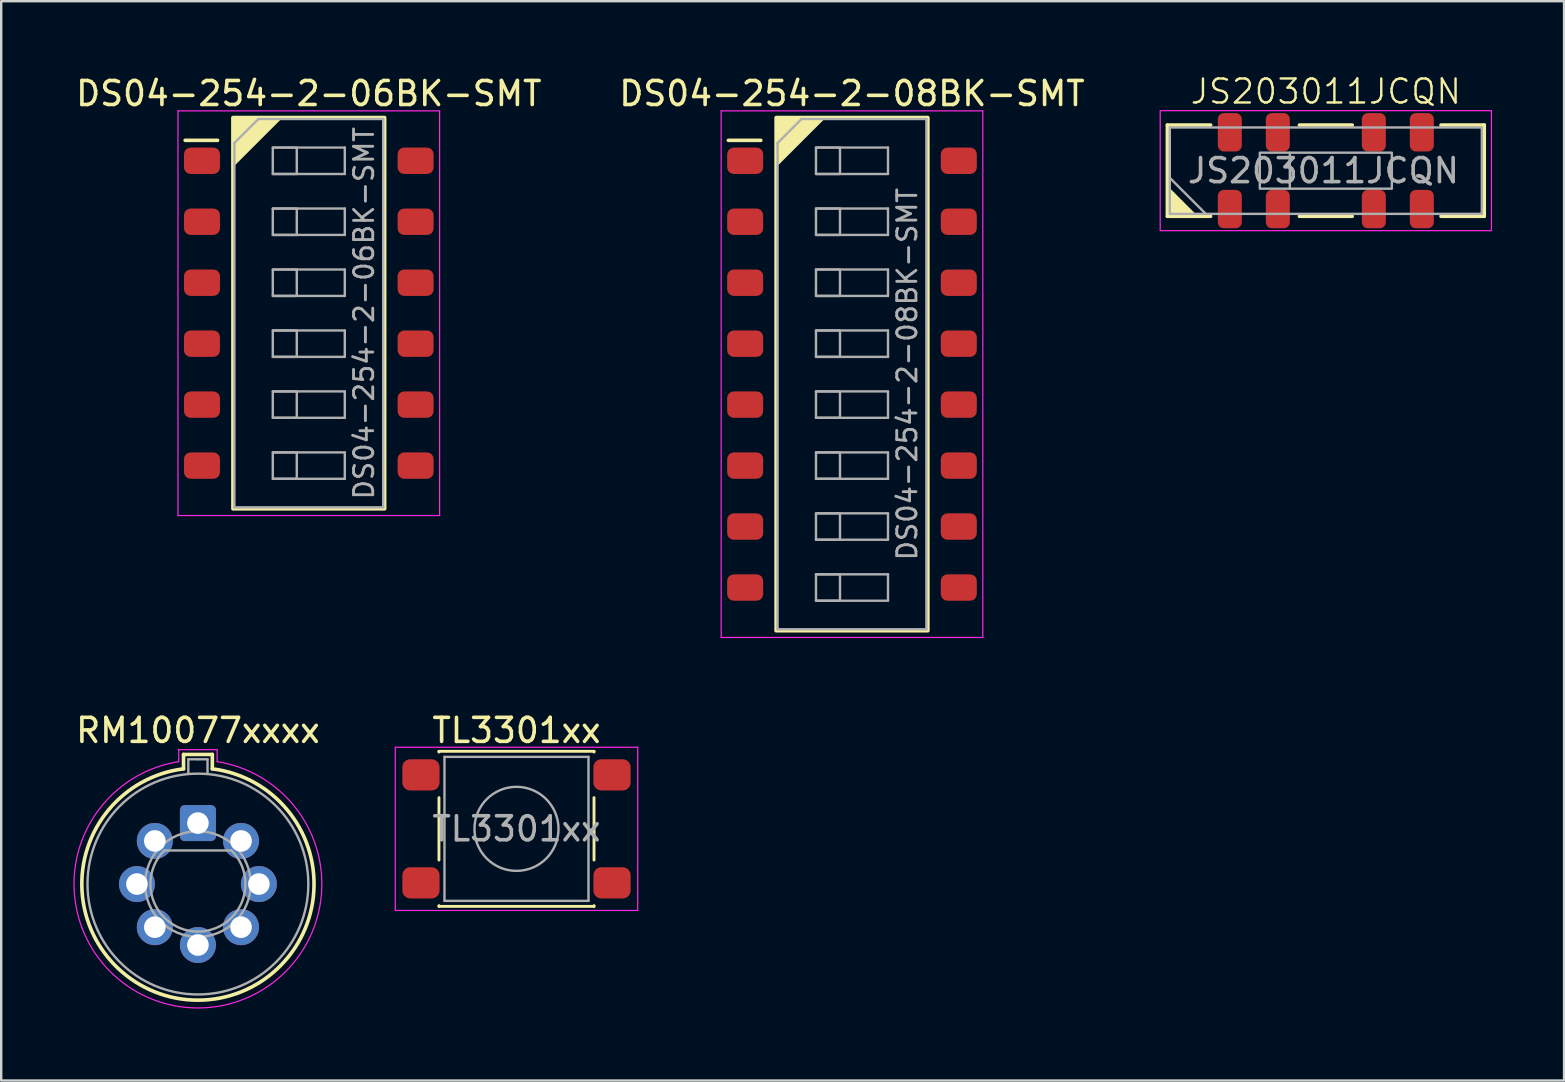
<source format=kicad_pcb>
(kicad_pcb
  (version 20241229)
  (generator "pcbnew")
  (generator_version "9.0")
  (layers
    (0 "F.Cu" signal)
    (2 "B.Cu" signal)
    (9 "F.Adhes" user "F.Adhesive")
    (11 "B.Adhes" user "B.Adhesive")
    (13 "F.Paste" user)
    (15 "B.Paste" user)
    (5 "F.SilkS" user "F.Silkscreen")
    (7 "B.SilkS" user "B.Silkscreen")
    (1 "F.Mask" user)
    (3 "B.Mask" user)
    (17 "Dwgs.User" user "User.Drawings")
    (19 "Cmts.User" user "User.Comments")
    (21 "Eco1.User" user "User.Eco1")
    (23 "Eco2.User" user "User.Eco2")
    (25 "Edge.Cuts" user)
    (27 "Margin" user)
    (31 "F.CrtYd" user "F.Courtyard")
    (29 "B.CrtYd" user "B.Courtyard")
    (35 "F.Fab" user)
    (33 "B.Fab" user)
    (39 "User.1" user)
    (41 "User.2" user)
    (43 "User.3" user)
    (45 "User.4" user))
  (footprint "TL3301xx"
    (layer "F.Cu")
    (at 18.468 31.482)
    (property "Reference" "TL3301xx" (at 0 -4.1 0) (unlocked yes) (layer "F.SilkS") (effects (font (size 1 1) (thickness 0.15))))
    (attr smd)
    (fp_line (start -3.23 -3.23) (end 3.23 -3.23) (stroke (width 0.12) (type solid)) (layer "F.SilkS"))
    (fp_line (start -3.23 -3.2) (end -3.23 -3.23) (stroke (width 0.12) (type solid)) (layer "F.SilkS"))
    (fp_line (start -3.23 -1.3) (end -3.23 1.3) (stroke (width 0.12) (type solid)) (layer "F.SilkS"))
    (fp_line (start -3.23 3.23) (end -3.23 3.2) (stroke (width 0.12) (type solid)) (layer "F.SilkS"))
    (fp_line (start -3.23 3.23) (end 3.23 3.23) (stroke (width 0.12) (type solid)) (layer "F.SilkS"))
    (fp_line (start 3.23 -3.23) (end 3.23 -3.2) (stroke (width 0.12) (type solid)) (layer "F.SilkS"))
    (fp_line (start 3.23 -1.3) (end 3.23 1.3) (stroke (width 0.12) (type solid)) (layer "F.SilkS"))
    (fp_line (start 3.23 3.23) (end 3.23 3.2) (stroke (width 0.12) (type solid)) (layer "F.SilkS"))
    (fp_line (start -5.05 -3.4) (end -5.05 3.4) (stroke (width 0.05) (type solid)) (layer "F.CrtYd"))
    (fp_line (start -5.05 -3.4) (end 5.05 -3.4) (stroke (width 0.05) (type solid)) (layer "F.CrtYd"))
    (fp_line (start -5.05 3.4) (end 5.05 3.4) (stroke (width 0.05) (type solid)) (layer "F.CrtYd"))
    (fp_line (start 5.05 3.4) (end 5.05 -3.4) (stroke (width 0.05) (type solid)) (layer "F.CrtYd"))
    (fp_line (start -3 -3) (end -3 3) (stroke (width 0.1) (type solid)) (layer "F.Fab"))
    (fp_line (start -3 3) (end 3 3) (stroke (width 0.1) (type solid)) (layer "F.Fab"))
    (fp_line (start 3 -3) (end -3 -3) (stroke (width 0.1) (type solid)) (layer "F.Fab"))
    (fp_line (start 3 3) (end 3 -3) (stroke (width 0.1) (type solid)) (layer "F.Fab"))
    (fp_circle (center 0 0) (end 1.75 -0.05) (stroke (width 0.1) (type solid)) (fill no) (layer "F.Fab"))
    (fp_text user "${REFERENCE}" (at 0 0 0) (layer "F.Fab") (effects (font (size 1 1) (thickness 0.15))))
    (pad "1" smd roundrect (at -3.98 -2.25) (size 1.55 1.3) (layers "F.Cu" "F.Mask" "F.Paste") (roundrect_rratio 0.25))
    (pad "1" smd roundrect (at 3.98 -2.25) (size 1.55 1.3) (layers "F.Cu" "F.Mask" "F.Paste") (roundrect_rratio 0.25))
    (pad "2" smd roundrect (at -3.98 2.25) (size 1.55 1.3) (layers "F.Cu" "F.Mask" "F.Paste") (roundrect_rratio 0.25))
    (pad "2" smd roundrect (at 3.98 2.25) (size 1.55 1.3) (layers "F.Cu" "F.Mask" "F.Paste") (roundrect_rratio 0.25)))
  (footprint "DS04-254-2-08BK-SMT"
    (layer "F.Cu")
    (at 32.446 12.538)
    (property "Reference" "DS04-254-2-08BK-SMT" (at 0 -11.69 0) (layer "F.SilkS") (effects (font (size 1 1) (thickness 0.15))))
    (attr smd)
    (fp_line (start -5.15 -9.741) (end -3.8 -9.741) (stroke (width 0.15) (type solid)) (layer "F.SilkS"))
    (fp_rect (start -3.16 -10.69) (end 3.16 10.69) (stroke (width 0.15) (type default)) (fill no) (layer "F.SilkS"))
    (fp_poly (pts (xy -3.16 -10.69) (xy -1.16 -10.69) (xy -3.16 -8.69)) (stroke (width 0.1) (type solid)) (fill yes) (layer "F.SilkS"))
    (fp_line (start -5.45 -10.97) (end -5.45 10.97) (stroke (width 0.05) (type solid)) (layer "F.CrtYd"))
    (fp_line (start -5.45 10.97) (end 5.45 10.97) (stroke (width 0.05) (type solid)) (layer "F.CrtYd"))
    (fp_line (start 5.45 -10.97) (end -5.45 -10.97) (stroke (width 0.05) (type solid)) (layer "F.CrtYd"))
    (fp_line (start 5.45 10.97) (end 5.45 -10.97) (stroke (width 0.05) (type solid)) (layer "F.CrtYd"))
    (fp_line (start -3.1 -9.63) (end -2.1 -10.63) (stroke (width 0.1) (type solid)) (layer "F.Fab"))
    (fp_line (start -3.1 10.63) (end -3.1 -9.63) (stroke (width 0.1) (type solid)) (layer "F.Fab"))
    (fp_line (start -2.1 -10.63) (end 3.1 -10.63) (stroke (width 0.1) (type solid)) (layer "F.Fab"))
    (fp_line (start -1.5 -8.34) (end 1.5 -8.34) (stroke (width 0.1) (type solid)) (layer "F.Fab"))
    (fp_line (start -1.5 -5.8) (end 1.5 -5.8) (stroke (width 0.1) (type solid)) (layer "F.Fab"))
    (fp_line (start -1.5 -3.26) (end 1.5 -3.26) (stroke (width 0.1) (type solid)) (layer "F.Fab"))
    (fp_line (start -1.5 -0.72) (end 1.5 -0.72) (stroke (width 0.1) (type solid)) (layer "F.Fab"))
    (fp_line (start -1.5 1.82) (end 1.5 1.82) (stroke (width 0.1) (type solid)) (layer "F.Fab"))
    (fp_line (start -1.5 4.36) (end 1.5 4.36) (stroke (width 0.1) (type solid)) (layer "F.Fab"))
    (fp_line (start -1.5 6.9) (end 1.5 6.9) (stroke (width 0.1) (type solid)) (layer "F.Fab"))
    (fp_line (start -1.5 9.44) (end 1.5 9.44) (stroke (width 0.1) (type solid)) (layer "F.Fab"))
    (fp_line (start 1.5 -9.44) (end -1.5 -9.44) (stroke (width 0.1) (type solid)) (layer "F.Fab"))
    (fp_line (start 1.5 -8.34) (end 1.5 -9.44) (stroke (width 0.1) (type solid)) (layer "F.Fab"))
    (fp_line (start 1.5 -6.9) (end -1.5 -6.9) (stroke (width 0.1) (type solid)) (layer "F.Fab"))
    (fp_line (start 1.5 -5.8) (end 1.5 -6.9) (stroke (width 0.1) (type solid)) (layer "F.Fab"))
    (fp_line (start 1.5 -4.36) (end -1.5 -4.36) (stroke (width 0.1) (type solid)) (layer "F.Fab"))
    (fp_line (start 1.5 -3.26) (end 1.5 -4.36) (stroke (width 0.1) (type solid)) (layer "F.Fab"))
    (fp_line (start 1.5 -1.82) (end -1.5 -1.82) (stroke (width 0.1) (type solid)) (layer "F.Fab"))
    (fp_line (start 1.5 -0.72) (end 1.5 -1.82) (stroke (width 0.1) (type solid)) (layer "F.Fab"))
    (fp_line (start 1.5 0.72) (end -1.5 0.72) (stroke (width 0.1) (type solid)) (layer "F.Fab"))
    (fp_line (start 1.5 1.82) (end 1.5 0.72) (stroke (width 0.1) (type solid)) (layer "F.Fab"))
    (fp_line (start 1.5 3.26) (end -1.5 3.26) (stroke (width 0.1) (type solid)) (layer "F.Fab"))
    (fp_line (start 1.5 4.36) (end 1.5 3.26) (stroke (width 0.1) (type solid)) (layer "F.Fab"))
    (fp_line (start 1.5 5.8) (end -1.5 5.8) (stroke (width 0.1) (type solid)) (layer "F.Fab"))
    (fp_line (start 1.5 6.9) (end 1.5 5.8) (stroke (width 0.1) (type solid)) (layer "F.Fab"))
    (fp_line (start 1.5 8.34) (end -1.5 8.34) (stroke (width 0.1) (type solid)) (layer "F.Fab"))
    (fp_line (start 1.5 9.44) (end 1.5 8.34) (stroke (width 0.1) (type solid)) (layer "F.Fab"))
    (fp_line (start 3.1 -10.63) (end 3.1 10.63) (stroke (width 0.1) (type solid)) (layer "F.Fab"))
    (fp_line (start 3.1 10.63) (end -3.1 10.63) (stroke (width 0.1) (type solid)) (layer "F.Fab"))
    (fp_rect (start -1.5 -9.44) (end -0.5 -8.34) (stroke (width 0.1) (type solid)) (fill no) (layer "F.Fab"))
    (fp_rect (start -1.5 -6.9) (end -0.5 -5.8) (stroke (width 0.1) (type solid)) (fill no) (layer "F.Fab"))
    (fp_rect (start -1.5 -4.36) (end -0.5 -3.26) (stroke (width 0.1) (type solid)) (fill no) (layer "F.Fab"))
    (fp_rect (start -1.5 -1.82) (end -0.5 -0.72) (stroke (width 0.1) (type solid)) (fill no) (layer "F.Fab"))
    (fp_rect (start -1.5 0.72) (end -0.5 1.82) (stroke (width 0.1) (type solid)) (fill no) (layer "F.Fab"))
    (fp_rect (start -1.5 3.26) (end -0.5 4.36) (stroke (width 0.1) (type solid)) (fill no) (layer "F.Fab"))
    (fp_rect (start -1.5 5.8) (end -0.5 6.9) (stroke (width 0.1) (type solid)) (fill no) (layer "F.Fab"))
    (fp_rect (start -1.5 8.34) (end -0.5 9.44) (stroke (width 0.1) (type solid)) (fill no) (layer "F.Fab"))
    (fp_text user "${REFERENCE}" (at 2.3 0 90) (layer "F.Fab") (effects (font (size 0.8 0.8) (thickness 0.12))))
    (pad "1" smd roundrect (at -4.45 -8.89) (size 1.5 1.1) (layers "F.Cu" "F.Mask" "F.Paste") (roundrect_rratio 0.25))
    (pad "2" smd roundrect (at -4.45 -6.35) (size 1.5 1.1) (layers "F.Cu" "F.Mask" "F.Paste") (roundrect_rratio 0.25))
    (pad "3" smd roundrect (at -4.45 -3.81) (size 1.5 1.1) (layers "F.Cu" "F.Mask" "F.Paste") (roundrect_rratio 0.25))
    (pad "4" smd roundrect (at -4.45 -1.27) (size 1.5 1.1) (layers "F.Cu" "F.Mask" "F.Paste") (roundrect_rratio 0.25))
    (pad "5" smd roundrect (at -4.45 1.27) (size 1.5 1.1) (layers "F.Cu" "F.Mask" "F.Paste") (roundrect_rratio 0.25))
    (pad "6" smd roundrect (at -4.45 3.81) (size 1.5 1.1) (layers "F.Cu" "F.Mask" "F.Paste") (roundrect_rratio 0.25))
    (pad "7" smd roundrect (at -4.45 6.35) (size 1.5 1.1) (layers "F.Cu" "F.Mask" "F.Paste") (roundrect_rratio 0.25))
    (pad "8" smd roundrect (at -4.45 8.89) (size 1.5 1.1) (layers "F.Cu" "F.Mask" "F.Paste") (roundrect_rratio 0.25))
    (pad "9" smd roundrect (at 4.45 8.89) (size 1.5 1.1) (layers "F.Cu" "F.Mask" "F.Paste") (roundrect_rratio 0.25))
    (pad "10" smd roundrect (at 4.45 6.35) (size 1.5 1.1) (layers "F.Cu" "F.Mask" "F.Paste") (roundrect_rratio 0.25))
    (pad "11" smd roundrect (at 4.45 3.81) (size 1.5 1.1) (layers "F.Cu" "F.Mask" "F.Paste") (roundrect_rratio 0.25))
    (pad "12" smd roundrect (at 4.45 1.27) (size 1.5 1.1) (layers "F.Cu" "F.Mask" "F.Paste") (roundrect_rratio 0.25))
    (pad "13" smd roundrect (at 4.45 -1.27) (size 1.5 1.1) (layers "F.Cu" "F.Mask" "F.Paste") (roundrect_rratio 0.25))
    (pad "14" smd roundrect (at 4.45 -3.81) (size 1.5 1.1) (layers "F.Cu" "F.Mask" "F.Paste") (roundrect_rratio 0.25))
    (pad "15" smd roundrect (at 4.45 -6.35) (size 1.5 1.1) (layers "F.Cu" "F.Mask" "F.Paste") (roundrect_rratio 0.25))
    (pad "16" smd roundrect (at 4.45 -8.89) (size 1.5 1.1) (layers "F.Cu" "F.Mask" "F.Paste") (roundrect_rratio 0.25)))
  (footprint "DS04-254-2-06BK-SMT"
    (layer "F.Cu")
    (at 9.815 9.998)
    (property "Reference" "DS04-254-2-06BK-SMT" (at 0 -9.15 0) (layer "F.SilkS") (effects (font (size 1 1) (thickness 0.15))))
    (attr smd)
    (fp_line (start -5.15 -7.201) (end -3.8 -7.201) (stroke (width 0.15) (type solid)) (layer "F.SilkS"))
    (fp_rect (start -3.16 -8.15) (end 3.16 8.15) (stroke (width 0.15) (type default)) (fill no) (layer "F.SilkS"))
    (fp_poly (pts (xy -3.16 -8.15) (xy -1.16 -8.15) (xy -3.16 -6.15)) (stroke (width 0.1) (type solid)) (fill yes) (layer "F.SilkS"))
    (fp_line (start -5.45 -8.43) (end -5.45 8.43) (stroke (width 0.05) (type solid)) (layer "F.CrtYd"))
    (fp_line (start -5.45 8.43) (end 5.45 8.43) (stroke (width 0.05) (type solid)) (layer "F.CrtYd"))
    (fp_line (start 5.45 -8.43) (end -5.45 -8.43) (stroke (width 0.05) (type solid)) (layer "F.CrtYd"))
    (fp_line (start 5.45 8.43) (end 5.45 -8.43) (stroke (width 0.05) (type solid)) (layer "F.CrtYd"))
    (fp_line (start -3.1 -7.09) (end -2.1 -8.09) (stroke (width 0.1) (type solid)) (layer "F.Fab"))
    (fp_line (start -3.1 8.09) (end -3.1 -7.09) (stroke (width 0.1) (type solid)) (layer "F.Fab"))
    (fp_line (start -2.1 -8.09) (end 3.1 -8.09) (stroke (width 0.1) (type solid)) (layer "F.Fab"))
    (fp_line (start -1.5 -5.8) (end 1.5 -5.8) (stroke (width 0.1) (type solid)) (layer "F.Fab"))
    (fp_line (start -1.5 -3.26) (end 1.5 -3.26) (stroke (width 0.1) (type solid)) (layer "F.Fab"))
    (fp_line (start -1.5 -0.72) (end 1.5 -0.72) (stroke (width 0.1) (type solid)) (layer "F.Fab"))
    (fp_line (start -1.5 1.82) (end 1.5 1.82) (stroke (width 0.1) (type solid)) (layer "F.Fab"))
    (fp_line (start -1.5 4.36) (end 1.5 4.36) (stroke (width 0.1) (type solid)) (layer "F.Fab"))
    (fp_line (start -1.5 6.9) (end 1.5 6.9) (stroke (width 0.1) (type solid)) (layer "F.Fab"))
    (fp_line (start 1.5 -6.9) (end -1.5 -6.9) (stroke (width 0.1) (type solid)) (layer "F.Fab"))
    (fp_line (start 1.5 -5.8) (end 1.5 -6.9) (stroke (width 0.1) (type solid)) (layer "F.Fab"))
    (fp_line (start 1.5 -4.36) (end -1.5 -4.36) (stroke (width 0.1) (type solid)) (layer "F.Fab"))
    (fp_line (start 1.5 -3.26) (end 1.5 -4.36) (stroke (width 0.1) (type solid)) (layer "F.Fab"))
    (fp_line (start 1.5 -1.82) (end -1.5 -1.82) (stroke (width 0.1) (type solid)) (layer "F.Fab"))
    (fp_line (start 1.5 -0.72) (end 1.5 -1.82) (stroke (width 0.1) (type solid)) (layer "F.Fab"))
    (fp_line (start 1.5 0.72) (end -1.5 0.72) (stroke (width 0.1) (type solid)) (layer "F.Fab"))
    (fp_line (start 1.5 1.82) (end 1.5 0.72) (stroke (width 0.1) (type solid)) (layer "F.Fab"))
    (fp_line (start 1.5 3.26) (end -1.5 3.26) (stroke (width 0.1) (type solid)) (layer "F.Fab"))
    (fp_line (start 1.5 4.36) (end 1.5 3.26) (stroke (width 0.1) (type solid)) (layer "F.Fab"))
    (fp_line (start 1.5 5.8) (end -1.5 5.8) (stroke (width 0.1) (type solid)) (layer "F.Fab"))
    (fp_line (start 1.5 6.9) (end 1.5 5.8) (stroke (width 0.1) (type solid)) (layer "F.Fab"))
    (fp_line (start 3.1 -8.09) (end 3.1 8.09) (stroke (width 0.1) (type solid)) (layer "F.Fab"))
    (fp_line (start 3.1 8.09) (end -3.1 8.09) (stroke (width 0.1) (type solid)) (layer "F.Fab"))
    (fp_rect (start -1.5 -6.9) (end -0.5 -5.8) (stroke (width 0.1) (type solid)) (fill no) (layer "F.Fab"))
    (fp_rect (start -1.5 -4.36) (end -0.5 -3.26) (stroke (width 0.1) (type solid)) (fill no) (layer "F.Fab"))
    (fp_rect (start -1.5 -1.82) (end -0.5 -0.72) (stroke (width 0.1) (type solid)) (fill no) (layer "F.Fab"))
    (fp_rect (start -1.5 0.72) (end -0.5 1.82) (stroke (width 0.1) (type solid)) (fill no) (layer "F.Fab"))
    (fp_rect (start -1.5 3.26) (end -0.5 4.36) (stroke (width 0.1) (type solid)) (fill no) (layer "F.Fab"))
    (fp_rect (start -1.5 5.8) (end -0.5 6.9) (stroke (width 0.1) (type solid)) (fill no) (layer "F.Fab"))
    (fp_text user "${REFERENCE}" (at 2.3 0 90) (layer "F.Fab") (effects (font (size 0.8 0.8) (thickness 0.12))))
    (pad "1" smd roundrect (at -4.45 -6.35) (size 1.5 1.1) (layers "F.Cu" "F.Mask" "F.Paste") (roundrect_rratio 0.25))
    (pad "2" smd roundrect (at -4.45 -3.81) (size 1.5 1.1) (layers "F.Cu" "F.Mask" "F.Paste") (roundrect_rratio 0.25))
    (pad "3" smd roundrect (at -4.45 -1.27) (size 1.5 1.1) (layers "F.Cu" "F.Mask" "F.Paste") (roundrect_rratio 0.25))
    (pad "4" smd roundrect (at -4.45 1.27) (size 1.5 1.1) (layers "F.Cu" "F.Mask" "F.Paste") (roundrect_rratio 0.25))
    (pad "5" smd roundrect (at -4.45 3.81) (size 1.5 1.1) (layers "F.Cu" "F.Mask" "F.Paste") (roundrect_rratio 0.25))
    (pad "6" smd roundrect (at -4.45 6.35) (size 1.5 1.1) (layers "F.Cu" "F.Mask" "F.Paste") (roundrect_rratio 0.25))
    (pad "7" smd roundrect (at 4.45 6.35) (size 1.5 1.1) (layers "F.Cu" "F.Mask" "F.Paste") (roundrect_rratio 0.25))
    (pad "8" smd roundrect (at 4.45 3.81) (size 1.5 1.1) (layers "F.Cu" "F.Mask" "F.Paste") (roundrect_rratio 0.25))
    (pad "9" smd roundrect (at 4.45 1.27) (size 1.5 1.1) (layers "F.Cu" "F.Mask" "F.Paste") (roundrect_rratio 0.25))
    (pad "10" smd roundrect (at 4.45 -1.27) (size 1.5 1.1) (layers "F.Cu" "F.Mask" "F.Paste") (roundrect_rratio 0.25))
    (pad "11" smd roundrect (at 4.45 -3.81) (size 1.5 1.1) (layers "F.Cu" "F.Mask" "F.Paste") (roundrect_rratio 0.25))
    (pad "12" smd roundrect (at 4.45 -6.35) (size 1.5 1.1) (layers "F.Cu" "F.Mask" "F.Paste") (roundrect_rratio 0.25)))
  (footprint "JS203011JCQN"
    (layer "F.Cu")
    (at 52.187 4.061)
    (property "Reference" "JS203011JCQN" (at 0 -3.3 0) (unlocked yes) (layer "F.SilkS") (effects (font (size 1 1) (thickness 0.1))))
    (attr smd)
    (fp_line (start -6.6 -1.9) (end -4.8 -1.9) (stroke (width 0.15) (type default)) (layer "F.SilkS"))
    (fp_line (start -6.6 1.9) (end -6.6 -1.9) (stroke (width 0.15) (type default)) (layer "F.SilkS"))
    (fp_line (start -4.8 1.9) (end -6.6 1.9) (stroke (width 0.15) (type default)) (layer "F.SilkS"))
    (fp_line (start -1.1 -1.9) (end 1.1 -1.9) (stroke (width 0.15) (type default)) (layer "F.SilkS"))
    (fp_line (start -1.1 1.9) (end 1.1 1.9) (stroke (width 0.15) (type default)) (layer "F.SilkS"))
    (fp_line (start 4.8 1.9) (end 6.6 1.9) (stroke (width 0.15) (type default)) (layer "F.SilkS"))
    (fp_line (start 6.6 -1.9) (end 4.8 -1.9) (stroke (width 0.15) (type default)) (layer "F.SilkS"))
    (fp_line (start 6.6 1.9) (end 6.6 -1.9) (stroke (width 0.15) (type default)) (layer "F.SilkS"))
    (fp_poly (pts (xy -6.6 0.7) (xy -6.6 1.9) (xy -5.4 1.9)) (stroke (width 0.1) (type solid)) (fill yes) (layer "F.SilkS"))
    (fp_rect (start -6.9 -2.5) (end 6.9 2.5) (stroke (width 0.05) (type default)) (fill no) (layer "F.CrtYd"))
    (fp_line (start -6.5 0.3) (end -5 1.8) (stroke (width 0.1) (type default)) (layer "F.Fab"))
    (fp_line (start -1.5 -0.75) (end -1.5 0.75) (stroke (width 0.1) (type default)) (layer "F.Fab"))
    (fp_rect (start -6.5 -1.8) (end 6.5 1.8) (stroke (width 0.1) (type default)) (fill no) (layer "F.Fab"))
    (fp_rect (start -2.75 -0.75) (end 2.75 0.75) (stroke (width 0.1) (type default)) (fill no) (layer "F.Fab"))
    (fp_text user "${REFERENCE}" (at -0.1 0 0) (unlocked yes) (layer "F.Fab") (effects (font (size 1 1) (thickness 0.15))))
    (pad "1" smd roundrect (at -4 1.6) (size 1 1.6) (layers "F.Cu" "F.Mask" "F.Paste") (roundrect_rratio 0.25))
    (pad "2" smd roundrect (at -2 1.6) (size 1 1.6) (layers "F.Cu" "F.Mask" "F.Paste") (roundrect_rratio 0.25))
    (pad "3" smd roundrect (at 2 1.6) (size 1 1.6) (layers "F.Cu" "F.Mask" "F.Paste") (roundrect_rratio 0.25))
    (pad "4" smd roundrect (at 4 1.6) (size 1 1.6) (layers "F.Cu" "F.Mask" "F.Paste") (roundrect_rratio 0.25))
    (pad "5" smd roundrect (at -4 -1.6) (size 1 1.6) (layers "F.Cu" "F.Mask" "F.Paste") (roundrect_rratio 0.25))
    (pad "6" smd roundrect (at -2 -1.6) (size 1 1.6) (layers "F.Cu" "F.Mask" "F.Paste") (roundrect_rratio 0.25))
    (pad "7" smd roundrect (at 2 -1.6) (size 1 1.6) (layers "F.Cu" "F.Mask" "F.Paste") (roundrect_rratio 0.25))
    (pad "8" smd roundrect (at 4 -1.6) (size 1 1.6) (layers "F.Cu" "F.Mask" "F.Paste") (roundrect_rratio 0.25)))
  (footprint "RM10077xxxx"
    (layer "F.Cu")
    (at 5.196 33.782)
    (property "Reference" "RM10077xxxx" (at 0 -6.4 0) (unlocked yes) (layer "F.SilkS") (effects (font (size 1 1) (thickness 0.15))))
    (attr through_hole)
    (fp_line (start -0.6 -5.4) (end 0.6 -5.4) (stroke (width 0.15) (type default)) (layer "F.SilkS"))
    (fp_line (start -0.6 -4.8) (end -0.6 -5.4) (stroke (width 0.15) (type default)) (layer "F.SilkS"))
    (fp_line (start 0.6 -4.8) (end 0.6 -5.4) (stroke (width 0.15) (type default)) (layer "F.SilkS"))
    (fp_arc (start 0.6 -4.799999) (mid 0 4.837354) (end -0.6 -4.799999) (stroke (width 0.15) (type default)) (layer "F.SilkS"))
    (fp_line (start -0.8 -5.6) (end 0.8 -5.6) (stroke (width 0.05) (type default)) (layer "F.CrtYd"))
    (fp_line (start -0.8 -5.1) (end -0.8 -5.6) (stroke (width 0.05) (type default)) (layer "F.CrtYd"))
    (fp_line (start 0.8 -5.1) (end 0.8 -5.6) (stroke (width 0.05) (type default)) (layer "F.CrtYd"))
    (fp_arc (start 0.8 -5.099998) (mid 0 5.16236) (end -0.8 -5.099998) (stroke (width 0.05) (type default)) (layer "F.CrtYd"))
    (fp_line (start -1.4 -1.4) (end 1.4 -1.4) (stroke (width 0.1) (type default)) (layer "F.Fab"))
    (fp_line (start -0.4 -5.2) (end -0.4 -4.6) (stroke (width 0.1) (type default)) (layer "F.Fab"))
    (fp_line (start 0 -5.2) (end -0.4 -5.2) (stroke (width 0.1) (type default)) (layer "F.Fab"))
    (fp_line (start 0 -5.2) (end 0.4 -5.2) (stroke (width 0.1) (type default)) (layer "F.Fab"))
    (fp_line (start 0.4 -5.2) (end 0.4 -4.6) (stroke (width 0.1) (type default)) (layer "F.Fab"))
    (fp_arc (start 1.399999 -1.399999) (mid 0 1.979898) (end -1.399999 -1.399999) (stroke (width 0.1) (type default)) (layer "F.Fab"))
    (fp_circle (center 0 0) (end 2.2 0) (stroke (width 0.1) (type default)) (fill no) (layer "F.Fab"))
    (fp_circle (center 0 0) (end 4.6 0) (stroke (width 0.1) (type default)) (fill no) (layer "F.Fab"))
    (pad "1" thru_hole circle (at 1.796 -1.796) (size 1.5 1.5) (drill 0.9) (layers "*.Cu" "*.Mask"))
    (pad "2" thru_hole circle (at 2.54 0) (size 1.5 1.5) (drill 0.9) (layers "*.Cu" "*.Mask"))
    (pad "3" thru_hole circle (at 1.796 1.796) (size 1.5 1.5) (drill 0.9) (layers "*.Cu" "*.Mask"))
    (pad "4" thru_hole circle (at 0 2.54) (size 1.5 1.5) (drill 0.9) (layers "*.Cu" "*.Mask"))
    (pad "5" thru_hole circle (at -1.796 1.796) (size 1.5 1.5) (drill 0.9) (layers "*.Cu" "*.Mask"))
    (pad "6" thru_hole circle (at -2.54 0) (size 1.5 1.5) (drill 0.9) (layers "*.Cu" "*.Mask"))
    (pad "7" thru_hole circle (at -1.796 -1.796) (size 1.5 1.5) (drill 0.9) (layers "*.Cu" "*.Mask"))
    (pad "8" thru_hole roundrect (at 0 -2.54) (size 1.5 1.5) (drill 0.9) (layers "*.Cu" "*.Mask") (roundrect_rratio 0.133)))
  (gr_rect
    (start -3 -3)
    (end 62.112 41.969)
    (stroke (width 0.1) (type default))
    (fill no)
    (layer "Edge.Cuts")))
</source>
